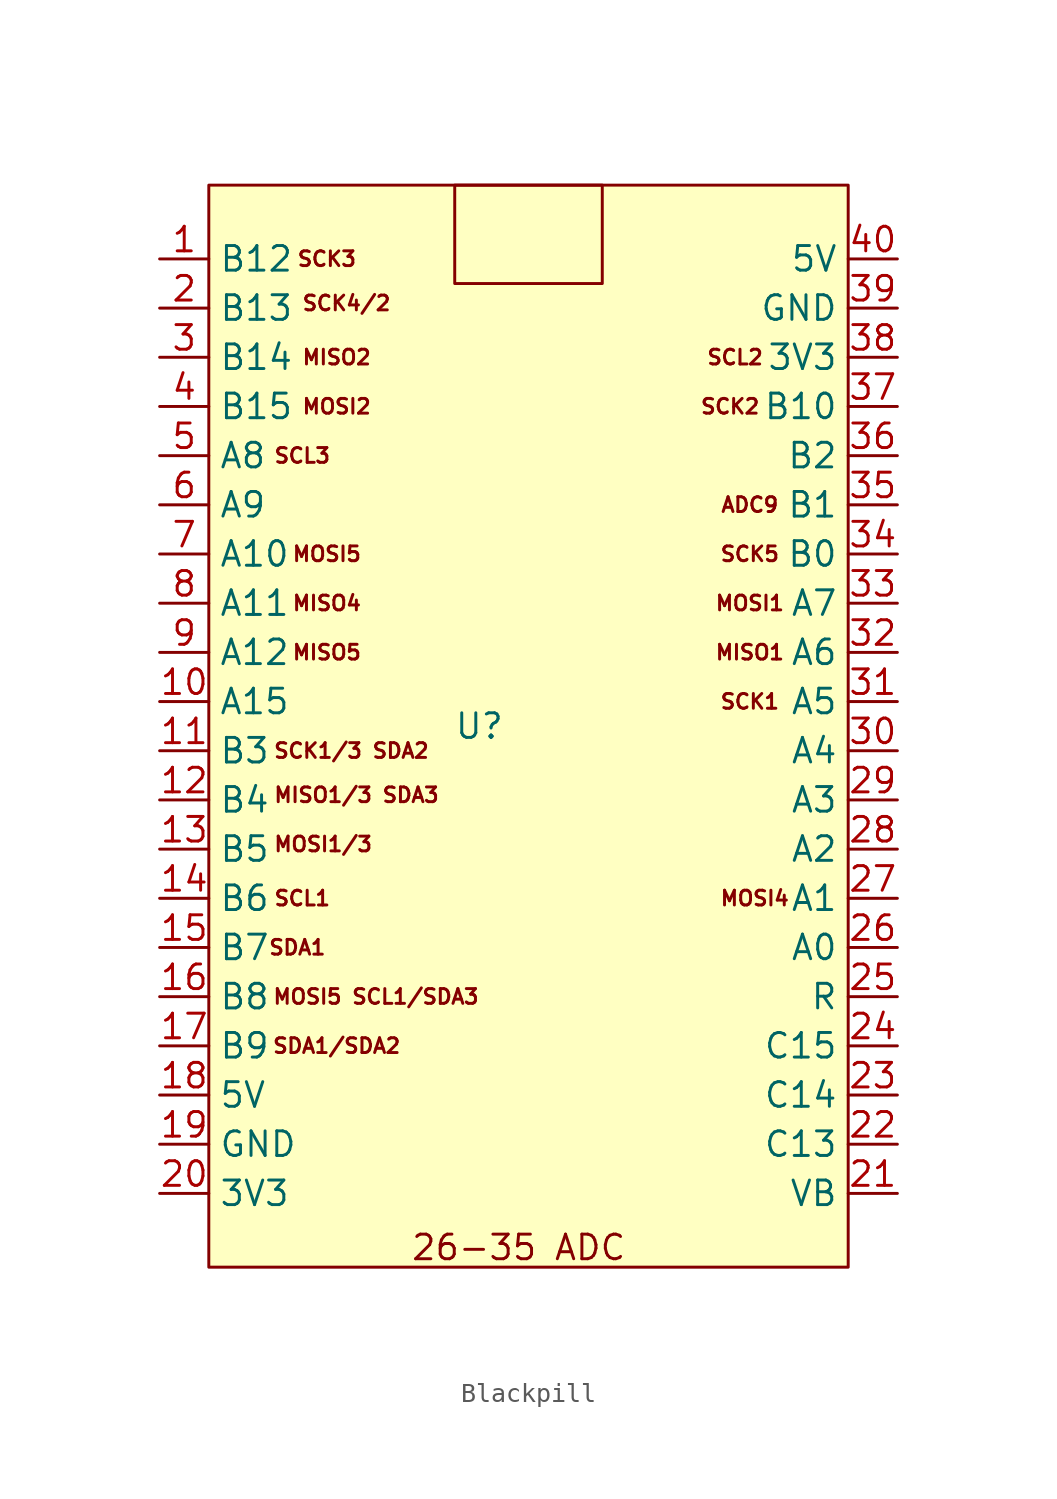
<source format=kicad_sym>
(kicad_symbol_lib
  (version 20231120)
  (generator "kicad_symbol_editor")
  (generator_version "8.0")
  (symbol "Blackpill"
    (property "Reference" "U"
      (at -2.54 0 0)
      (effects (font (size 1.27 1.27))))
    (property "Value" ""
      (at -2.54 0 0)
      (effects (font (size 1.27 1.27))))
    (symbol "Blackpill_1_1"
      (rectangle (start -16.51 27.94) (end 16.51 -27.94) (stroke (width 0) (type default)) (fill (type background)))
      (rectangle (start -3.81 27.94) (end 3.81 22.86) (stroke (width 0) (type default)) (fill (type none)))
      (text "26-35 ADC" (at -0.508 -26.924 0) (effects (font (size 1.27 1.27))))
      (text "ADC9" (at 11.43 11.43 0) (effects (font (size 0.762 0.762))))
      (text "MISO1" (at 11.43 3.81 0) (effects (font (size 0.762 0.762))))
      (text "MISO1/3 SDA3" (at -13.208 -3.556 0) (effects (font (size 0.762 0.762)) (justify left)))
      (text "MISO2" (at -9.906 19.05 0) (effects (font (size 0.762 0.762))))
      (text "MISO4" (at -10.414 6.35 0) (effects (font (size 0.762 0.762))))
      (text "MISO5" (at -10.414 3.81 0) (effects (font (size 0.762 0.762))))
      (text "MOSI1" (at 11.43 6.35 0) (effects (font (size 0.762 0.762))))
      (text "MOSI1/3 " (at -13.208 -6.096 0) (effects (font (size 0.762 0.762)) (justify left)))
      (text "MOSI2" (at -9.906 16.51 0) (effects (font (size 0.762 0.762))))
      (text "MOSI4" (at 11.684 -8.89 0) (effects (font (size 0.762 0.762))))
      (text "MOSI5" (at -10.414 8.89 0) (effects (font (size 0.762 0.762))))
      (text "MOSI5 SCL1/SDA3" (at -7.874 -13.97 0) (effects (font (size 0.762 0.762))))
      (text "SCK1\n" (at 11.43 1.27 0) (effects (font (size 0.762 0.762))))
      (text "SCK1/3 SDA2" (at -9.144 -1.27 0) (effects (font (size 0.762 0.762))))
      (text "SCK2\n" (at 10.414 16.51 0) (effects (font (size 0.762 0.762))))
      (text "SCK3" (at -10.414 24.13 0) (effects (font (size 0.762 0.762))))
      (text "SCK4/2" (at -9.398 21.844 0) (effects (font (size 0.762 0.762))))
      (text "SCK5\n" (at 11.43 8.89 0) (effects (font (size 0.762 0.762))))
      (text "SCL1" (at -11.684 -8.89 0) (effects (font (size 0.762 0.762))))
      (text "SCL2" (at 10.668 19.05 0) (effects (font (size 0.762 0.762))))
      (text "SCL3" (at -11.684 13.97 0) (effects (font (size 0.762 0.762))))
      (text "SDA1" (at -11.938 -11.43 0) (effects (font (size 0.762 0.762))))
      (text "SDA1/SDA2" (at -9.906 -16.51 0) (effects (font (size 0.762 0.762))))
      (pin input line (at -19.05 24.13 0) (length 2.54) (name "B12" (effects (font (size 1.27 1.27)))) (number "1" (effects (font (size 1.27 1.27)))))
      (pin bidirectional line (at -19.05 1.27 0) (length 2.54) (name "A15" (effects (font (size 1.27 1.27)))) (number "10" (effects (font (size 1.27 1.27)))))
      (pin bidirectional line (at -19.05 -1.27 0) (length 2.54) (name "B3" (effects (font (size 1.27 1.27)))) (number "11" (effects (font (size 1.27 1.27)))))
      (pin bidirectional line (at -19.05 -3.81 0) (length 2.54) (name "B4" (effects (font (size 1.27 1.27)))) (number "12" (effects (font (size 1.27 1.27)))))
      (pin bidirectional line (at -19.05 -6.35 0) (length 2.54) (name "B5" (effects (font (size 1.27 1.27)))) (number "13" (effects (font (size 1.27 1.27)))))
      (pin bidirectional line (at -19.05 -8.89 0) (length 2.54) (name "B6" (effects (font (size 1.27 1.27)))) (number "14" (effects (font (size 1.27 1.27)))))
      (pin bidirectional line (at -19.05 -11.43 0) (length 2.54) (name "B7" (effects (font (size 1.27 1.27)))) (number "15" (effects (font (size 1.27 1.27)))))
      (pin bidirectional line (at -19.05 -13.97 0) (length 2.54) (name "B8" (effects (font (size 1.27 1.27)))) (number "16" (effects (font (size 1.27 1.27)))))
      (pin bidirectional line (at -19.05 -16.51 0) (length 2.54) (name "B9" (effects (font (size 1.27 1.27)))) (number "17" (effects (font (size 1.27 1.27)))))
      (pin power_in line (at -19.05 -19.05 0) (length 2.54) (name "5V" (effects (font (size 1.27 1.27)))) (number "18" (effects (font (size 1.27 1.27)))))
      (pin unspecified line (at -19.05 -21.59 0) (length 2.54) (name "GND" (effects (font (size 1.27 1.27)))) (number "19" (effects (font (size 1.27 1.27)))))
      (pin bidirectional line (at -19.05 21.59 0) (length 2.54) (name "B13" (effects (font (size 1.27 1.27)))) (number "2" (effects (font (size 1.27 1.27)))))
      (pin power_out line (at -19.05 -24.13 0) (length 2.54) (name "3V3" (effects (font (size 1.27 1.27)))) (number "20" (effects (font (size 1.27 1.27)))))
      (pin power_in line (at 19.05 -24.13 180) (length 2.54) (name "VB" (effects (font (size 1.27 1.27)))) (number "21" (effects (font (size 1.27 1.27)))))
      (pin bidirectional line (at 19.05 -21.59 180) (length 2.54) (name "C13" (effects (font (size 1.27 1.27)))) (number "22" (effects (font (size 1.27 1.27)))))
      (pin bidirectional line (at 19.05 -19.05 180) (length 2.54) (name "C14" (effects (font (size 1.27 1.27)))) (number "23" (effects (font (size 1.27 1.27)))))
      (pin bidirectional line (at 19.05 -16.51 180) (length 2.54) (name "C15" (effects (font (size 1.27 1.27)))) (number "24" (effects (font (size 1.27 1.27)))))
      (pin input line (at 19.05 -13.97 180) (length 2.54) (name "R" (effects (font (size 1.27 1.27)))) (number "25" (effects (font (size 1.27 1.27)))))
      (pin bidirectional line (at 19.05 -11.43 180) (length 2.54) (name "A0" (effects (font (size 1.27 1.27)))) (number "26" (effects (font (size 1.27 1.27)))))
      (pin bidirectional line (at 19.05 -8.89 180) (length 2.54) (name "A1" (effects (font (size 1.27 1.27)))) (number "27" (effects (font (size 1.27 1.27)))))
      (pin bidirectional line (at 19.05 -6.35 180) (length 2.54) (name "A2" (effects (font (size 1.27 1.27)))) (number "28" (effects (font (size 1.27 1.27)))))
      (pin bidirectional line (at 19.05 -3.81 180) (length 2.54) (name "A3" (effects (font (size 1.27 1.27)))) (number "29" (effects (font (size 1.27 1.27)))))
      (pin bidirectional line (at -19.05 19.05 0) (length 2.54) (name "B14" (effects (font (size 1.27 1.27)))) (number "3" (effects (font (size 1.27 1.27)))))
      (pin bidirectional line (at 19.05 -1.27 180) (length 2.54) (name "A4" (effects (font (size 1.27 1.27)))) (number "30" (effects (font (size 1.27 1.27)))))
      (pin bidirectional line (at 19.05 1.27 180) (length 2.54) (name "A5" (effects (font (size 1.27 1.27)))) (number "31" (effects (font (size 1.27 1.27)))))
      (pin bidirectional line (at 19.05 3.81 180) (length 2.54) (name "A6" (effects (font (size 1.27 1.27)))) (number "32" (effects (font (size 1.27 1.27)))))
      (pin bidirectional line (at 19.05 6.35 180) (length 2.54) (name "A7" (effects (font (size 1.27 1.27)))) (number "33" (effects (font (size 1.27 1.27)))))
      (pin bidirectional line (at 19.05 8.89 180) (length 2.54) (name "B0" (effects (font (size 1.27 1.27)))) (number "34" (effects (font (size 1.27 1.27)))))
      (pin bidirectional line (at 19.05 11.43 180) (length 2.54) (name "B1" (effects (font (size 1.27 1.27)))) (number "35" (effects (font (size 1.27 1.27)))))
      (pin bidirectional line (at 19.05 13.97 180) (length 2.54) (name "B2" (effects (font (size 1.27 1.27)))) (number "36" (effects (font (size 1.27 1.27)))))
      (pin bidirectional line (at 19.05 16.51 180) (length 2.54) (name "B10" (effects (font (size 1.27 1.27)))) (number "37" (effects (font (size 1.27 1.27)))))
      (pin power_out line (at 19.05 19.05 180) (length 2.54) (name "3V3" (effects (font (size 1.27 1.27)))) (number "38" (effects (font (size 1.27 1.27)))))
      (pin unspecified line (at 19.05 21.59 180) (length 2.54) (name "GND" (effects (font (size 1.27 1.27)))) (number "39" (effects (font (size 1.27 1.27)))))
      (pin bidirectional line (at -19.05 16.51 0) (length 2.54) (name "B15" (effects (font (size 1.27 1.27)))) (number "4" (effects (font (size 1.27 1.27)))))
      (pin power_in line (at 19.05 24.13 180) (length 2.54) (name "5V" (effects (font (size 1.27 1.27)))) (number "40" (effects (font (size 1.27 1.27)))))
      (pin bidirectional line (at -19.05 13.97 0) (length 2.54) (name "A8" (effects (font (size 1.27 1.27)))) (number "5" (effects (font (size 1.27 1.27)))))
      (pin bidirectional line (at -19.05 11.43 0) (length 2.54) (name "A9" (effects (font (size 1.27 1.27)))) (number "6" (effects (font (size 1.27 1.27)))))
      (pin bidirectional line (at -19.05 8.89 0) (length 2.54) (name "A10" (effects (font (size 1.27 1.27)))) (number "7" (effects (font (size 1.27 1.27)))))
      (pin bidirectional line (at -19.05 6.35 0) (length 2.54) (name "A11" (effects (font (size 1.27 1.27)))) (number "8" (effects (font (size 1.27 1.27)))))
      (pin bidirectional line (at -19.05 3.81 0) (length 2.54) (name "A12" (effects (font (size 1.27 1.27)))) (number "9" (effects (font (size 1.27 1.27))))))))
</source>
